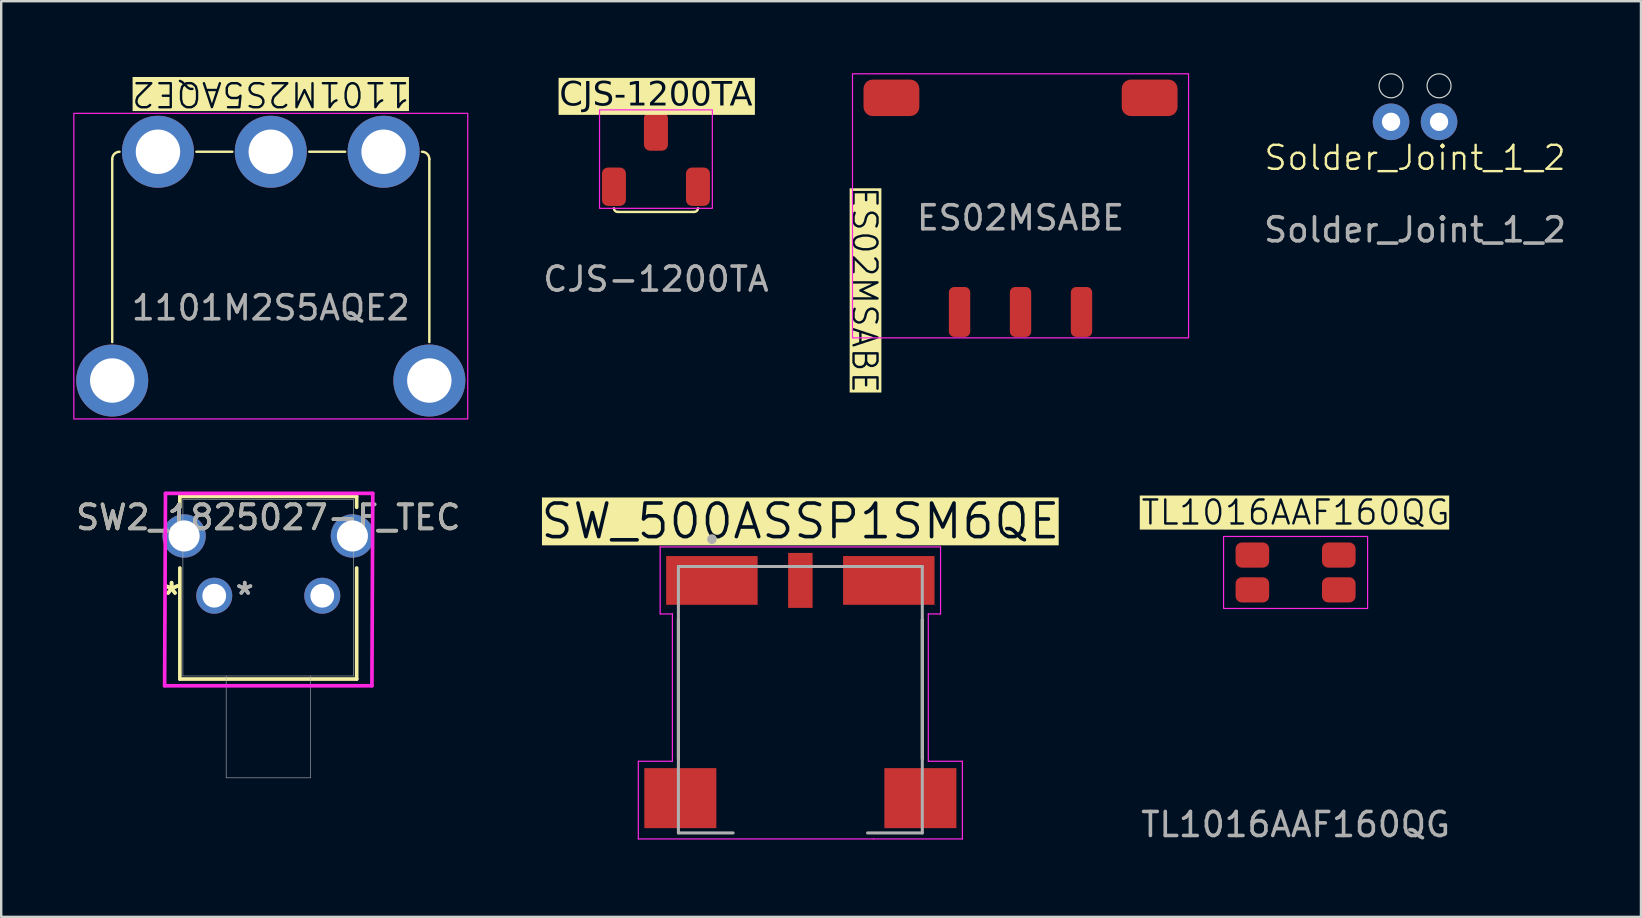
<source format=kicad_pcb>
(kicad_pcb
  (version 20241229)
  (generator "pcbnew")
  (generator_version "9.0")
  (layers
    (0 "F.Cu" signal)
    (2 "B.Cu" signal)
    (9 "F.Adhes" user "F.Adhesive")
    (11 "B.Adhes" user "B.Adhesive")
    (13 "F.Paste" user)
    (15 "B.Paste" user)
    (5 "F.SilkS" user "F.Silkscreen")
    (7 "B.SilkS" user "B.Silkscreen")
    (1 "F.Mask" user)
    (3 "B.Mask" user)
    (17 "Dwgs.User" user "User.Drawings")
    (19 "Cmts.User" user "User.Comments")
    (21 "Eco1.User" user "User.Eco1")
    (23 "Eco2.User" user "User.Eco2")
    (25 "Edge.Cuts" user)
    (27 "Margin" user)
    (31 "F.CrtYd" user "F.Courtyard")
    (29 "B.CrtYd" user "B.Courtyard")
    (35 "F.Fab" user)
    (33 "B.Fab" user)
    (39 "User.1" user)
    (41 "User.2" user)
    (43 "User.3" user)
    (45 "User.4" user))
  (footprint "SW2_1825027-F_TEC"
    (layer "F.Cu")
    (at 5.875 21.767)
    (property "Reference" "SW2_1825027-F_TEC" (at 2.25 -3.261 0) (unlocked yes) (layer "F.SilkS") (effects (font (size 1 1) (thickness 0.15))))
    (attr through_hole)
    (fp_line (start -1.433 -4.137) (end -1.433 -3.683) (stroke (width 0.152) (type solid)) (layer "F.SilkS"))
    (fp_line (start -1.433 -1.156) (end -1.433 3.47) (stroke (width 0.152) (type solid)) (layer "F.SilkS"))
    (fp_line (start -1.433 3.47) (end 5.933 3.47) (stroke (width 0.152) (type solid)) (layer "F.SilkS"))
    (fp_line (start 5.933 -4.137) (end -1.433 -4.137) (stroke (width 0.152) (type solid)) (layer "F.SilkS"))
    (fp_line (start 5.933 -3.683) (end 5.933 -4.137) (stroke (width 0.152) (type solid)) (layer "F.SilkS"))
    (fp_line (start 5.933 3.47) (end 5.933 -1.156) (stroke (width 0.152) (type solid)) (layer "F.SilkS"))
    (fp_line (start -2.068 3.75) (end 6.568 3.75) (stroke (width 0.152) (type solid)) (layer "F.CrtYd"))
    (fp_line (start -2.032 -4.264) (end -2.068 3.75) (stroke (width 0.152) (type solid)) (layer "F.CrtYd"))
    (fp_line (start 6.568 3.75) (end 6.604 -4.264) (stroke (width 0.152) (type solid)) (layer "F.CrtYd"))
    (fp_line (start 6.604 -4.264) (end -2.032 -4.264) (stroke (width 0.152) (type solid)) (layer "F.CrtYd"))
    (fp_line (start -1.306 -4.01) (end -1.306 3.343) (stroke (width 0.025) (type solid)) (layer "F.Fab"))
    (fp_line (start -1.306 3.343) (end 5.806 3.343) (stroke (width 0.025) (type solid)) (layer "F.Fab"))
    (fp_line (start 0.497 3.343) (end 0.497 7.585) (stroke (width 0.025) (type solid)) (layer "F.Fab"))
    (fp_line (start 0.497 7.585) (end 4.003 7.585) (stroke (width 0.025) (type solid)) (layer "F.Fab"))
    (fp_line (start 4.003 3.343) (end 4.003 7.585) (stroke (width 0.025) (type solid)) (layer "F.Fab"))
    (fp_line (start 5.806 -4.01) (end -1.306 -4.01) (stroke (width 0.025) (type solid)) (layer "F.Fab"))
    (fp_line (start 5.806 3.343) (end 5.806 -4.01) (stroke (width 0.025) (type solid)) (layer "F.Fab"))
    (fp_text user "*" (at -1.778 0 0) (layer "F.SilkS") (effects (font (size 1 1) (thickness 0.15))))
    (fp_text user "*" (at -1.778 0 0) (unlocked yes) (layer "F.SilkS") (effects (font (size 1 1) (thickness 0.15))))
    (fp_text user "${REFERENCE}" (at 2.25 -3.261 0) (unlocked yes) (layer "F.Fab") (effects (font (size 1 1) (thickness 0.15))))
    (fp_text user "*" (at 1.27 0 0) (layer "F.Fab") (effects (font (size 1 1) (thickness 0.15))))
    (fp_text user "*" (at 1.27 0 0) (unlocked yes) (layer "F.Fab") (effects (font (size 1 1) (thickness 0.15))))
    (pad "1" thru_hole circle (at 0 0) (size 1.499 1.499) (drill 0.991) (layers "*.Cu" "*.Mask"))
    (pad "2" thru_hole circle (at 4.5 0) (size 1.499 1.499) (drill 0.991) (layers "*.Cu" "*.Mask"))
    (pad "3" thru_hole circle (at -1.255 -2.49) (size 1.803 1.803) (drill 1.295) (layers "*.Cu" "*.Mask"))
    (pad "4" thru_hole circle (at 5.755 -2.49) (size 1.803 1.803) (drill 1.295) (layers "*.Cu" "*.Mask")))
  (footprint "1101M2S5AQE2"
    (layer "F.Cu")
    (at 8.23 3.272)
    (property "Reference" "1101M2S5AQE2" (at 0 -2.4 180) (unlocked yes) (layer "F.SilkS" knockout) (effects (font (size 1 1) (thickness 0.1))))
    (attr through_hole)
    (fp_line (start -6.605 0.305) (end -6.605 7.93) (stroke (width 0.1) (type default)) (layer "F.SilkS"))
    (fp_line (start -3.1 0) (end -1.6 0) (stroke (width 0.1) (type default)) (layer "F.SilkS"))
    (fp_line (start 1.6 0) (end 3.1 0) (stroke (width 0.1) (type default)) (layer "F.SilkS"))
    (fp_line (start 6.605 0.305) (end 6.605 7.93) (stroke (width 0.1) (type default)) (layer "F.SilkS"))
    (fp_arc (start -6.605 0.305) (mid -6.515668 0.089332) (end -6.3 0) (stroke (width 0.1) (type default)) (layer "F.SilkS"))
    (fp_arc (start 6.3 0) (mid 6.515667 0.089332) (end 6.605 0.305) (stroke (width 0.1) (type default)) (layer "F.SilkS"))
    (fp_rect (start -8.205 -1.6) (end 8.205 11.13) (stroke (width 0.05) (type default)) (fill no) (layer "F.CrtYd"))
    (fp_text user "${REFERENCE}" (at 0 6.5 0) (unlocked yes) (layer "F.Fab") (effects (font (size 1 1) (thickness 0.15))))
    (pad "1" thru_hole circle (at 4.7 0) (size 3 3) (drill 1.85) (layers "*.Cu" "*.Mask"))
    (pad "2" thru_hole circle (at 0 0) (size 3 3) (drill 1.85) (layers "*.Cu" "*.Mask"))
    (pad "3" thru_hole circle (at -4.7 0) (size 3 3) (drill 1.85) (layers "*.Cu" "*.Mask"))
    (pad "4" thru_hole circle (at -6.605 9.53) (size 3 3) (drill 1.85) (layers "*.Cu" "*.Mask"))
    (pad "5" thru_hole circle (at 6.605 9.53) (size 3 3) (drill 1.85) (layers "*.Cu" "*.Mask")))
  (footprint "ES02MSABE"
    (layer "F.Cu")
    (at 39.463 1.025)
    (property "Reference" "ES02MSABE" (at -6.5 8 270) (unlocked yes) (layer "F.SilkS" knockout) (effects (font (size 1 1) (thickness 0.1))))
    (attr smd)
    (fp_rect (start -7 -1) (end 7 10) (stroke (width 0.05) (type default)) (fill no) (layer "F.CrtYd"))
    (fp_text user "${REFERENCE}" (at 0 5 0) (unlocked yes) (layer "F.Fab") (effects (font (size 1 1) (thickness 0.15))))
    (pad "1" smd roundrect (at -2.54 8.92) (size 0.89 2.08) (layers "F.Cu" "F.Mask" "F.Paste") (roundrect_rratio 0.25))
    (pad "2" smd roundrect (at 0 8.92) (size 0.89 2.08) (layers "F.Cu" "F.Mask" "F.Paste") (roundrect_rratio 0.25))
    (pad "3" smd roundrect (at 2.54 8.92) (size 0.89 2.08) (layers "F.Cu" "F.Mask" "F.Paste") (roundrect_rratio 0.25))
    (pad "4" smd roundrect (at -5.378 0) (size 2.325 1.52) (layers "F.Cu" "F.Mask" "F.Paste") (roundrect_rratio 0.25))
    (pad "5" smd roundrect (at 5.378 0) (size 2.325 1.52) (layers "F.Cu" "F.Mask" "F.Paste") (roundrect_rratio 0.25)))
  (footprint "CJS-1200TA"
    (layer "F.Cu")
    (at 24.275 3.578)
    (property "Reference" "CJS-1200TA" (at 0 -2.65 0) (unlocked yes) (layer "F.SilkS" knockout) (effects (font (face "Futura") (size 1 1) (thickness 0.1))))
    (attr through_hole)
    (fp_line (start -1.6 2.2) (end 1.6 2.2) (stroke (width 0.1) (type default)) (layer "F.SilkS"))
    (fp_arc (start -1.6 2.2) (mid -1.706066 2.156066) (end -1.75 2.05) (stroke (width 0.1) (type default)) (layer "F.SilkS"))
    (fp_arc (start 1.75 2.05) (mid 1.706066 2.156066) (end 1.6 2.2) (stroke (width 0.1) (type default)) (layer "F.SilkS"))
    (fp_rect (start -2.35 -2.05) (end 2.35 2.05) (stroke (width 0.05) (type default)) (fill no) (layer "F.CrtYd"))
    (fp_text user "${REFERENCE}" (at 0 5 0) (unlocked yes) (layer "F.Fab") (effects (font (size 1 1) (thickness 0.15))))
    (pad "1" smd roundrect (at -1.75 1.15) (size 1 1.6) (layers "F.Cu" "F.Mask" "F.Paste") (roundrect_rratio 0.25))
    (pad "2" smd roundrect (at 0 -1.15) (size 1 1.6) (layers "F.Cu" "F.Mask" "F.Paste") (roundrect_rratio 0.25))
    (pad "3" smd roundrect (at 1.75 1.15) (size 1 1.6) (layers "F.Cu" "F.Mask" "F.Paste") (roundrect_rratio 0.25)))
  (footprint "TL1016AAF160QG"
    (layer "F.Cu")
    (at 50.921 20.798)
    (property "Reference" "TL1016AAF160QG" (at 0 -2.5 0) (unlocked yes) (layer "F.SilkS" knockout) (effects (font (size 1 1) (thickness 0.1))))
    (attr smd)
    (fp_circle (center -2.9 -2) (end -2.8 -2) (stroke (width 0.2) (type solid)) (fill no) (layer "F.SilkS"))
    (fp_rect (start -3 -1.5) (end 3 1.5) (stroke (width 0.05) (type default)) (fill no) (layer "F.CrtYd"))
    (fp_text user "${REFERENCE}" (at 0 10.5 0) (unlocked yes) (layer "F.Fab") (effects (font (size 1 1) (thickness 0.15))))
    (pad "1" smd roundrect (at -1.8 -0.725) (size 1.4 1.05) (layers "F.Cu" "F.Mask" "F.Paste") (roundrect_rratio 0.25))
    (pad "2" smd roundrect (at 1.8 -0.725) (size 1.4 1.05) (layers "F.Cu" "F.Mask" "F.Paste") (roundrect_rratio 0.25))
    (pad "3" smd roundrect (at -1.8 0.725) (size 1.4 1.05) (layers "F.Cu" "F.Mask" "F.Paste") (roundrect_rratio 0.25))
    (pad "4" smd roundrect (at 1.8 0.725) (size 1.4 1.05) (layers "F.Cu" "F.Mask" "F.Paste") (roundrect_rratio 0.25)))
  (footprint "SW_500ASSP1SM6QE"
    (layer "F.Cu")
    (at 30.291 25.664)
    (property "Reference" "SW_500ASSP1SM6QE" (at 0 -7 0) (layer "F.SilkS" knockout) (effects (font (size 1.4 1.4) (thickness 0.15))))
    (attr smd)
    (fp_line (start -5.08 -2.899) (end -5.08 2.899) (stroke (width 0.127) (type solid)) (layer "F.SilkS"))
    (fp_line (start 5.08 -2.899) (end 5.08 2.899) (stroke (width 0.127) (type solid)) (layer "F.SilkS"))
    (fp_circle (center -3.685 -6.25) (end -3.585 -6.25) (stroke (width 0.2) (type solid)) (fill no) (layer "F.SilkS"))
    (fp_line (start -6.75 3) (end -5.33 3) (stroke (width 0.05) (type solid)) (layer "F.CrtYd"))
    (fp_line (start -6.75 6.235) (end -6.75 3) (stroke (width 0.05) (type solid)) (layer "F.CrtYd"))
    (fp_line (start -5.84 -5.93) (end 5.84 -5.93) (stroke (width 0.05) (type solid)) (layer "F.CrtYd"))
    (fp_line (start -5.84 -3.14) (end -5.84 -5.93) (stroke (width 0.05) (type solid)) (layer "F.CrtYd"))
    (fp_line (start -5.33 -3.14) (end -5.84 -3.14) (stroke (width 0.05) (type solid)) (layer "F.CrtYd"))
    (fp_line (start -5.33 3) (end -5.33 -3.14) (stroke (width 0.05) (type solid)) (layer "F.CrtYd"))
    (fp_line (start 3.05 6.235) (end -6.75 6.235) (stroke (width 0.05) (type solid)) (layer "F.CrtYd"))
    (fp_line (start 5.33 -3.14) (end 5.33 3) (stroke (width 0.05) (type solid)) (layer "F.CrtYd"))
    (fp_line (start 5.33 3) (end 6.75 3) (stroke (width 0.05) (type solid)) (layer "F.CrtYd"))
    (fp_line (start 5.84 -5.93) (end 5.84 -3.14) (stroke (width 0.05) (type solid)) (layer "F.CrtYd"))
    (fp_line (start 5.84 -3.14) (end 5.33 -3.14) (stroke (width 0.05) (type solid)) (layer "F.CrtYd"))
    (fp_line (start 6.75 3) (end 6.75 6.235) (stroke (width 0.05) (type solid)) (layer "F.CrtYd"))
    (fp_line (start 6.75 6.235) (end 3.05 6.235) (stroke (width 0.05) (type solid)) (layer "F.CrtYd"))
    (fp_line (start -5.08 -5.115) (end -5.08 5.985) (stroke (width 0.127) (type solid)) (layer "F.Fab"))
    (fp_line (start -5.08 5.985) (end -2.8 5.985) (stroke (width 0.127) (type solid)) (layer "F.Fab"))
    (fp_line (start 2.8 5.985) (end 5.08 5.985) (stroke (width 0.127) (type solid)) (layer "F.Fab"))
    (fp_line (start 5.08 -5.115) (end -5.08 -5.115) (stroke (width 0.127) (type solid)) (layer "F.Fab"))
    (fp_line (start 5.08 5.985) (end 5.08 -5.115) (stroke (width 0.127) (type solid)) (layer "F.Fab"))
    (fp_circle (center -3.685 -6.25) (end -3.585 -6.25) (stroke (width 0.2) (type solid)) (fill no) (layer "F.Fab"))
    (pad "1" smd rect (at -3.685 -4.535) (size 3.81 2.03) (layers "F.Cu" "F.Mask" "F.Paste"))
    (pad "2" smd rect (at 0 -4.535) (size 1.02 2.29) (layers "F.Cu" "F.Mask" "F.Paste"))
    (pad "3" smd rect (at 3.685 -4.535) (size 3.81 2.03) (layers "F.Cu" "F.Mask" "F.Paste"))
    (pad "4" smd rect (at -5 4.535) (size 3 2.5) (layers "F.Cu" "F.Mask" "F.Paste"))
    (pad "5" smd rect (at 5 4.535) (size 3 2.5) (layers "F.Cu" "F.Mask" "F.Paste")))
  (footprint "Solder_Joint_1_2"
    (layer "F.Cu")
    (at 55.898 4.025)
    (property "Reference" "Solder_Joint_1_2" (at 0 -0.5 0) (unlocked yes) (layer "F.SilkS") (effects (font (size 1 1) (thickness 0.1))))
    (attr through_hole)
    (fp_circle (center -1 -3.5) (end -0.5 -3.5) (stroke (width 0.05) (type default)) (fill no) (layer "Edge.Cuts"))
    (fp_circle (center 1 -3.5) (end 1.5 -3.5) (stroke (width 0.05) (type default)) (fill no) (layer "Edge.Cuts"))
    (fp_text user "${REFERENCE}" (at 0 2.5 0) (unlocked yes) (layer "F.Fab") (effects (font (size 1 1) (thickness 0.15))))
    (pad "1" thru_hole circle (at -1 -2) (size 1.524 1.524) (drill 0.762) (layers "*.Cu" "*.Mask"))
    (pad "2" thru_hole circle (at 1 -2) (size 1.524 1.524) (drill 0.762) (layers "*.Cu" "*.Mask")))
  (gr_rect
    (start -3 -3)
    (end 65.309 35.146)
    (stroke (width 0.1) (type default))
    (fill no)
    (layer "Edge.Cuts")))
</source>
